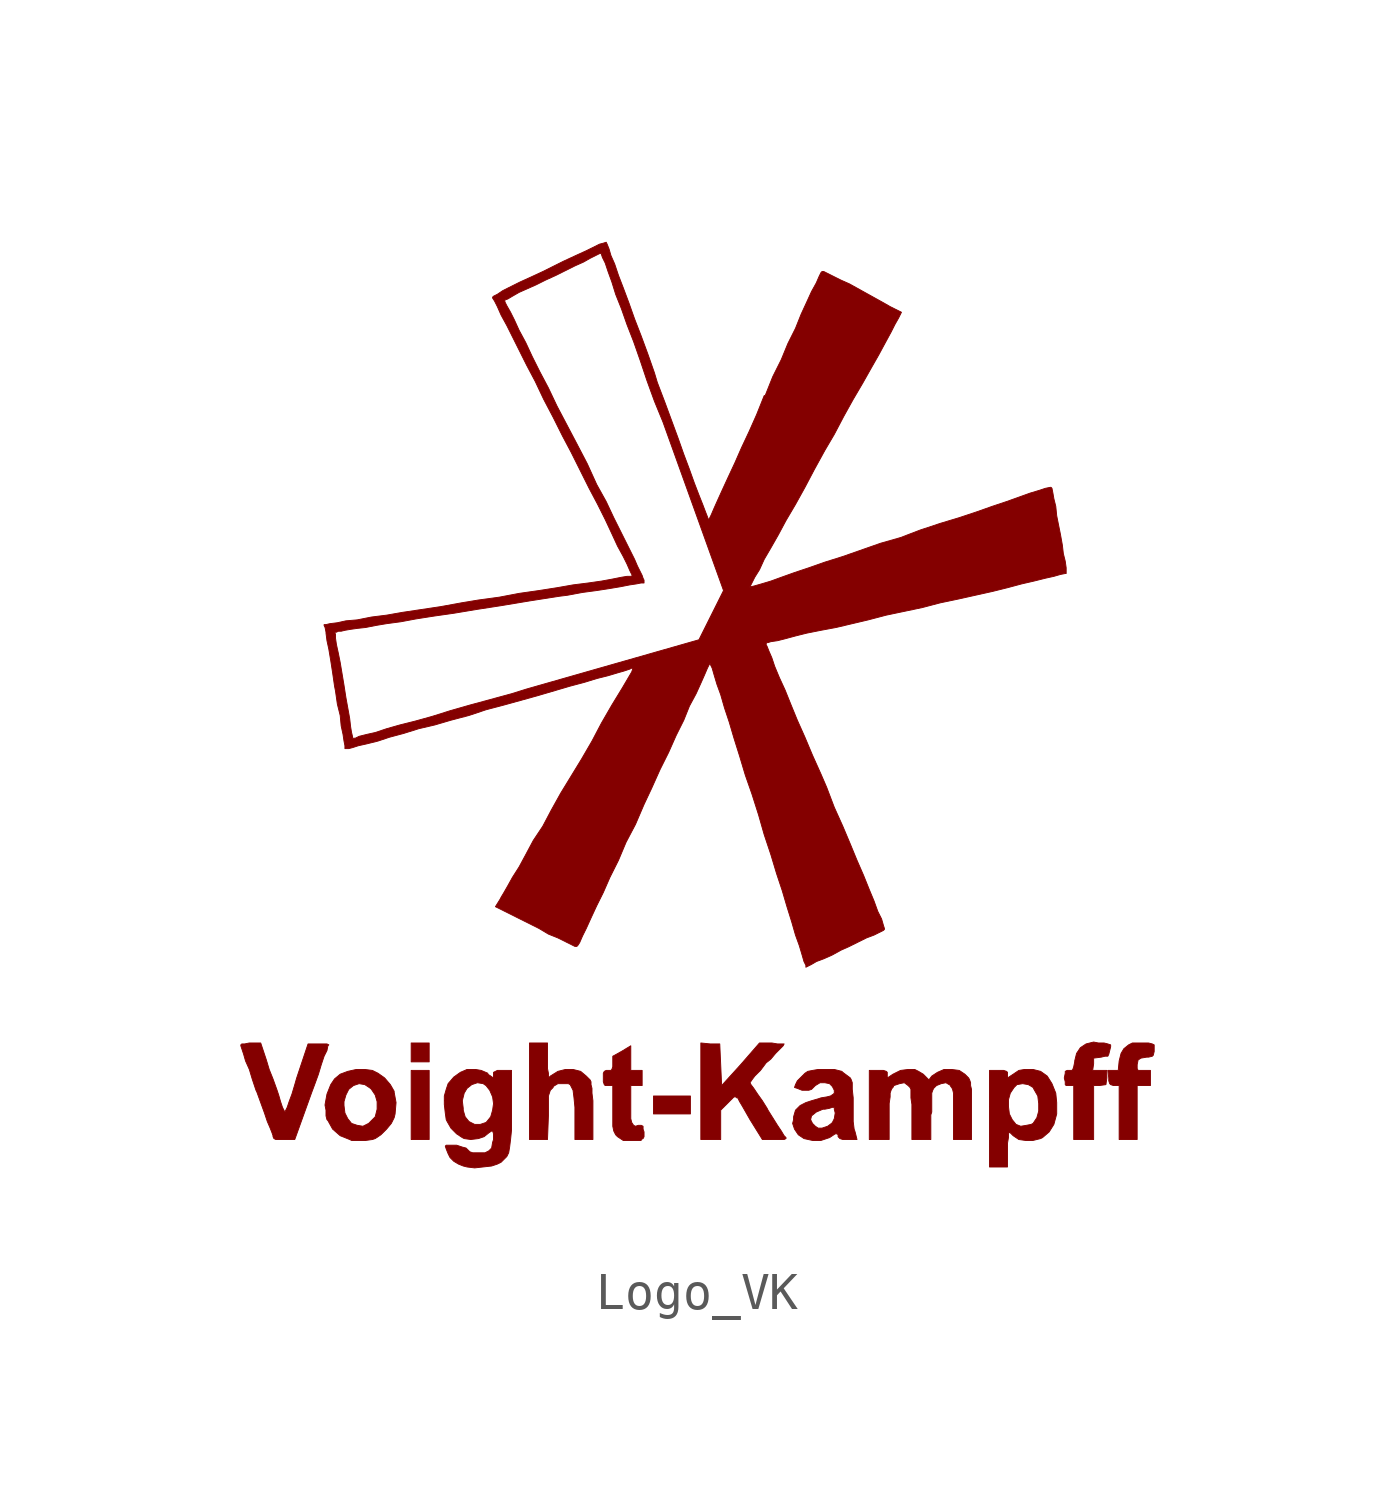
<source format=kicad_sym>
(kicad_symbol_lib
  (version 20201005)
  (generator kicad_symbol_editor)
  (symbol "NB3_charger:Logo_VK"
    (pin_names
      (offset 1.016))
    (property "Reference" "#G"
      (at 0 -13.97 0)
      (effects (font (size 1.27 1.27)) hide))
    (symbol "Logo_VK_0_0"
      (polyline (pts (xy -7.188 -9.83) (xy -7.671 -9.83) (xy -7.671 -11.684) (xy -7.188 -11.684) (xy -7.188 -9.83)) (stroke (width 0.025)) (fill (type outline)))
      (polyline (pts (xy -7.188 -9.093) (xy -7.671 -9.093) (xy -7.671 -9.601) (xy -7.188 -9.601) (xy -7.188 -9.093)) (stroke (width 0.025)) (fill (type outline)))
      (polyline (pts (xy -0.178 -10.516) (xy -1.168 -10.516) (xy -1.168 -10.998) (xy -0.178 -10.998) (xy -0.178 -10.516)) (stroke (width 0.025)) (fill (type outline)))
      (polyline (pts (xy 11.811 -10.236) (xy 12.167 -10.236) (xy 12.167 -9.83) (xy 11.836 -9.83) (xy 11.811 -9.779) (xy 11.811 -9.677) (xy 11.836 -9.55) (xy 11.913 -9.5) (xy 12.065 -9.474) (xy 12.116 -9.474) (xy 12.217 -9.449) (xy 12.243 -9.423) (xy 12.268 -9.322) (xy 12.268 -9.144) (xy 12.217 -9.119) (xy 12.116 -9.093) (xy 11.684 -9.093) (xy 11.582 -9.144) (xy 11.455 -9.246) (xy 11.379 -9.373) (xy 11.328 -9.576) (xy 11.303 -9.83) (xy 11.024 -9.83) (xy 11.049 -10.033) (xy 11.049 -10.109) (xy 11.074 -10.185) (xy 11.1 -10.211) (xy 11.176 -10.236) (xy 11.328 -10.236) (xy 11.328 -11.684) (xy 11.811 -11.684) (xy 11.811 -10.236)) (stroke (width 0.025)) (fill (type outline)))
      (polyline (pts (xy -3.988 -11.049) (xy -3.988 -10.516) (xy -3.937 -10.363) (xy -3.861 -10.287) (xy -3.861 -10.262) (xy -3.734 -10.185) (xy -3.454 -10.185) (xy -3.404 -10.211) (xy -3.327 -10.363) (xy -3.302 -10.566) (xy -3.277 -10.82) (xy -3.277 -11.684) (xy -2.794 -11.684) (xy -2.794 -10.643) (xy -2.819 -10.439) (xy -2.819 -10.312) (xy -2.845 -10.211) (xy -2.845 -10.135) (xy -2.87 -10.084) (xy -2.972 -9.982) (xy -3.124 -9.855) (xy -3.327 -9.804) (xy -3.531 -9.804) (xy -3.734 -9.855) (xy -3.937 -9.982) (xy -3.962 -10.008) (xy -3.988 -10.008) (xy -3.988 -9.906) (xy -4.013 -9.779) (xy -4.013 -9.093) (xy -4.496 -9.093) (xy -4.496 -11.684) (xy -4.013 -11.684) (xy -3.988 -11.049)) (stroke (width 0.025)) (fill (type outline)))
      (polyline (pts (xy -1.499 -11.684) (xy -1.448 -11.659) (xy -1.422 -11.608) (xy -1.422 -11.481) (xy -1.448 -11.405) (xy -1.448 -11.328) (xy -1.499 -11.303) (xy -1.575 -11.303) (xy -1.651 -11.328) (xy -1.702 -11.303) (xy -1.753 -11.227) (xy -1.778 -11.125) (xy -1.778 -10.236) (xy -1.473 -10.236) (xy -1.473 -9.83) (xy -1.778 -9.83) (xy -1.778 -9.169) (xy -2.032 -9.322) (xy -2.261 -9.449) (xy -2.261 -9.728) (xy -2.286 -9.804) (xy -2.311 -9.83) (xy -2.438 -9.83) (xy -2.489 -9.855) (xy -2.515 -9.906) (xy -2.515 -10.135) (xy -2.489 -10.211) (xy -2.464 -10.236) (xy -2.261 -10.236) (xy -2.261 -11.328) (xy -2.235 -11.455) (xy -2.184 -11.557) (xy -2.134 -11.608) (xy -1.981 -11.709) (xy -1.499 -11.709) (xy -1.499 -11.684)) (stroke (width 0.025)) (fill (type outline)))
      (polyline (pts (xy 10.643 -10.236) (xy 10.795 -10.236) (xy 10.973 -10.211) (xy 10.998 -10.033) (xy 10.998 -9.83) (xy 10.617 -9.83) (xy 10.643 -9.652) (xy 10.643 -9.5) (xy 10.846 -9.474) (xy 10.947 -9.449) (xy 11.024 -9.449) (xy 11.049 -9.398) (xy 11.1 -9.195) (xy 11.1 -9.144) (xy 11.024 -9.119) (xy 10.922 -9.093) (xy 10.77 -9.093) (xy 10.643 -9.068) (xy 10.439 -9.119) (xy 10.287 -9.22) (xy 10.185 -9.373) (xy 10.135 -9.576) (xy 10.135 -9.601) (xy 10.109 -9.728) (xy 10.084 -9.804) (xy 10.058 -9.83) (xy 9.931 -9.83) (xy 9.881 -9.855) (xy 9.881 -9.906) (xy 9.855 -10.033) (xy 9.881 -10.135) (xy 9.881 -10.211) (xy 9.906 -10.236) (xy 10.109 -10.236) (xy 10.109 -11.684) (xy 10.643 -11.684) (xy 10.643 -10.236)) (stroke (width 0.025)) (fill (type outline)))
      (polyline (pts (xy 0.635 -10.897) (xy 0.991 -10.541) (xy 1.041 -10.541) (xy 1.067 -10.566) (xy 1.092 -10.566) (xy 1.143 -10.668) (xy 1.219 -10.795) (xy 1.422 -11.151) (xy 1.753 -11.684) (xy 2.337 -11.684) (xy 2.388 -11.659) (xy 2.388 -11.633) (xy 2.337 -11.582) (xy 2.261 -11.455) (xy 2.159 -11.303) (xy 1.905 -10.897) (xy 1.88 -10.846) (xy 1.753 -10.643) (xy 1.626 -10.465) (xy 1.524 -10.312) (xy 1.448 -10.211) (xy 1.422 -10.16) (xy 1.473 -10.084) (xy 1.549 -9.982) (xy 1.702 -9.83) (xy 1.854 -9.627) (xy 1.981 -9.525) (xy 2.108 -9.373) (xy 2.311 -9.169) (xy 2.337 -9.119) (xy 2.159 -9.119) (xy 2.007 -9.093) (xy 1.676 -9.093) (xy 1.168 -9.677) (xy 0.66 -10.236) (xy 0.61 -9.119) (xy 0.356 -9.119) (xy 0.102 -9.093) (xy 0.102 -11.684) (xy 0.635 -11.684) (xy 0.635 -10.897)) (stroke (width 0.025)) (fill (type outline)))
      (polyline (pts (xy -10.338 -10.414) (xy -10.262 -10.211) (xy -10.16 -9.931) (xy -10.084 -9.677) (xy -10.008 -9.449) (xy -9.931 -9.296) (xy -9.906 -9.169) (xy -9.881 -9.144) (xy -9.931 -9.119) (xy -10.439 -9.119) (xy -10.744 -10.033) (xy -10.795 -10.211) (xy -10.871 -10.465) (xy -10.947 -10.668) (xy -10.998 -10.82) (xy -11.049 -10.922) (xy -11.049 -10.947) (xy -11.074 -10.922) (xy -11.125 -10.82) (xy -11.176 -10.668) (xy -11.227 -10.49) (xy -11.278 -10.338) (xy -11.379 -10.058) (xy -11.481 -9.804) (xy -11.557 -9.55) (xy -11.709 -9.093) (xy -12.014 -9.093) (xy -12.141 -9.119) (xy -12.217 -9.119) (xy -12.243 -9.144) (xy -12.243 -9.169) (xy -12.167 -9.398) (xy -12.116 -9.576) (xy -12.014 -9.804) (xy -11.938 -10.058) (xy -11.836 -10.363) (xy -11.811 -10.414) (xy -11.608 -10.973) (xy -11.532 -11.201) (xy -11.455 -11.379) (xy -11.405 -11.506) (xy -11.379 -11.582) (xy -11.379 -11.608) (xy -11.354 -11.659) (xy -11.303 -11.684) (xy -10.795 -11.684) (xy -10.338 -10.414)) (stroke (width 0.025)) (fill (type outline)))
      (polyline (pts (xy 8.331 -11.786) (xy 8.357 -11.633) (xy 8.357 -11.532) (xy 8.382 -11.481) (xy 8.484 -11.582) (xy 8.636 -11.684) (xy 8.814 -11.709) (xy 9.017 -11.709) (xy 9.22 -11.659) (xy 9.271 -11.633) (xy 9.449 -11.481) (xy 9.576 -11.278) (xy 9.652 -10.998) (xy 9.652 -10.693) (xy 9.627 -10.439) (xy 9.525 -10.185) (xy 9.398 -9.982) (xy 9.22 -9.855) (xy 9.017 -9.804) (xy 8.788 -9.804) (xy 8.636 -9.83) (xy 8.331 -10.033) (xy 8.331 -9.881) (xy 8.306 -9.855) (xy 8.23 -9.83) (xy 7.849 -9.83) (xy 7.849 -10.795) (xy 8.357 -10.795) (xy 8.357 -10.617) (xy 8.407 -10.439) (xy 8.509 -10.287) (xy 8.585 -10.211) (xy 8.738 -10.185) (xy 8.89 -10.211) (xy 9.017 -10.287) (xy 9.042 -10.338) (xy 9.144 -10.516) (xy 9.169 -10.719) (xy 9.169 -10.922) (xy 9.119 -11.1) (xy 9.017 -11.252) (xy 8.966 -11.278) (xy 8.839 -11.303) (xy 8.687 -11.328) (xy 8.56 -11.278) (xy 8.458 -11.151) (xy 8.382 -10.998) (xy 8.357 -10.795) (xy 7.849 -10.795) (xy 7.849 -12.421) (xy 8.331 -12.421) (xy 8.331 -11.786)) (stroke (width 0.025)) (fill (type outline)))
      (polyline (pts (xy -8.712 -11.684) (xy -8.636 -11.659) (xy -8.484 -11.557) (xy -8.331 -11.405) (xy -8.204 -11.252) (xy -8.128 -11.1) (xy -8.103 -10.998) (xy -8.077 -10.693) (xy -8.128 -10.414) (xy -8.128 -10.389) (xy -8.23 -10.211) (xy -8.382 -10.033) (xy -8.56 -9.906) (xy -8.712 -9.83) (xy -8.915 -9.804) (xy -9.144 -9.804) (xy -9.373 -9.855) (xy -9.576 -9.931) (xy -9.728 -10.058) (xy -9.83 -10.211) (xy -9.931 -10.465) (xy -9.982 -10.744) (xy -9.982 -10.77) (xy -9.474 -10.77) (xy -9.474 -10.668) (xy -9.423 -10.49) (xy -9.347 -10.338) (xy -9.22 -10.236) (xy -9.068 -10.185) (xy -8.915 -10.211) (xy -8.763 -10.312) (xy -8.738 -10.338) (xy -8.636 -10.49) (xy -8.585 -10.668) (xy -8.585 -10.871) (xy -8.636 -11.074) (xy -8.814 -11.252) (xy -8.966 -11.328) (xy -9.119 -11.303) (xy -9.271 -11.252) (xy -9.373 -11.125) (xy -9.449 -10.973) (xy -9.474 -10.77) (xy -9.982 -10.77) (xy -9.957 -10.897) (xy -9.957 -11.049) (xy -9.931 -11.151) (xy -9.906 -11.176) (xy -9.779 -11.405) (xy -9.576 -11.582) (xy -9.322 -11.684) (xy -9.271 -11.709) (xy -8.89 -11.709) (xy -8.712 -11.684)) (stroke (width 0.025)) (fill (type outline)))
      (polyline (pts (xy 5.156 -10.719) (xy 5.182 -10.541) (xy 5.182 -10.439) (xy 5.207 -10.363) (xy 5.232 -10.312) (xy 5.258 -10.287) (xy 5.283 -10.236) (xy 5.436 -10.185) (xy 5.563 -10.16) (xy 5.664 -10.236) (xy 5.715 -10.287) (xy 5.74 -10.338) (xy 5.74 -10.566) (xy 5.766 -10.744) (xy 5.766 -11.684) (xy 6.274 -11.684) (xy 6.274 -11.024) (xy 6.299 -10.947) (xy 6.299 -10.439) (xy 6.325 -10.363) (xy 6.35 -10.312) (xy 6.426 -10.236) (xy 6.553 -10.185) (xy 6.68 -10.16) (xy 6.807 -10.236) (xy 6.807 -10.262) (xy 6.833 -10.287) (xy 6.858 -10.338) (xy 6.883 -10.439) (xy 6.883 -11.684) (xy 7.366 -11.684) (xy 7.366 -10.338) (xy 7.341 -10.236) (xy 7.341 -10.16) (xy 7.315 -10.084) (xy 7.29 -10.033) (xy 7.188 -9.931) (xy 7.036 -9.83) (xy 6.833 -9.804) (xy 6.629 -9.804) (xy 6.452 -9.881) (xy 6.299 -9.982) (xy 6.223 -10.084) (xy 6.071 -9.931) (xy 5.944 -9.855) (xy 5.842 -9.804) (xy 5.664 -9.804) (xy 5.461 -9.83) (xy 5.258 -9.931) (xy 5.105 -10.033) (xy 5.105 -9.881) (xy 5.08 -9.855) (xy 5.004 -9.83) (xy 4.623 -9.83) (xy 4.623 -11.684) (xy 5.156 -11.684) (xy 5.156 -10.719)) (stroke (width 0.025)) (fill (type outline)))
      (polyline (pts (xy 3.556 -11.633) (xy 3.708 -11.532) (xy 3.759 -11.532) (xy 3.785 -11.557) (xy 3.785 -11.608) (xy 3.835 -11.659) (xy 3.912 -11.684) (xy 4.293 -11.684) (xy 4.242 -11.481) (xy 4.216 -11.405) (xy 4.191 -11.201) (xy 4.191 -10.566) (xy 4.166 -10.338) (xy 4.166 -10.16) (xy 4.14 -10.084) (xy 4.115 -10.033) (xy 3.912 -9.881) (xy 3.886 -9.855) (xy 3.683 -9.804) (xy 3.251 -9.804) (xy 3.099 -9.83) (xy 2.972 -9.855) (xy 2.896 -9.906) (xy 2.692 -10.109) (xy 2.642 -10.211) (xy 2.616 -10.287) (xy 2.692 -10.312) (xy 2.819 -10.363) (xy 2.997 -10.363) (xy 3.073 -10.338) (xy 3.175 -10.236) (xy 3.302 -10.16) (xy 3.429 -10.16) (xy 3.556 -10.185) (xy 3.632 -10.262) (xy 3.683 -10.363) (xy 3.683 -10.439) (xy 3.658 -10.465) (xy 3.581 -10.516) (xy 3.48 -10.541) (xy 3.327 -10.566) (xy 3.251 -10.592) (xy 3.073 -10.643) (xy 2.921 -10.693) (xy 2.769 -10.77) (xy 2.642 -10.897) (xy 2.591 -11.074) (xy 2.591 -11.151) (xy 3.048 -11.151) (xy 3.073 -11.049) (xy 3.2 -10.947) (xy 3.378 -10.871) (xy 3.429 -10.871) (xy 3.556 -10.846) (xy 3.632 -10.82) (xy 3.683 -10.82) (xy 3.683 -10.871) (xy 3.708 -10.973) (xy 3.683 -11.125) (xy 3.632 -11.227) (xy 3.607 -11.252) (xy 3.505 -11.328) (xy 3.353 -11.379) (xy 3.251 -11.379) (xy 3.175 -11.328) (xy 3.099 -11.252) (xy 3.048 -11.151) (xy 2.591 -11.151) (xy 2.565 -11.252) (xy 2.616 -11.405) (xy 2.718 -11.557) (xy 2.87 -11.659) (xy 3.099 -11.709) (xy 3.327 -11.709) (xy 3.556 -11.633)) (stroke (width 0.025)) (fill (type outline)))
      (polyline (pts (xy -5.512 -12.395) (xy -5.359 -12.344) (xy -5.258 -12.294) (xy -5.105 -12.141) (xy -5.055 -12.04) (xy -5.029 -11.887) (xy -5.004 -11.684) (xy -4.978 -11.43) (xy -4.978 -9.83) (xy -5.359 -9.83) (xy -5.461 -9.881) (xy -5.461 -10.033) (xy -5.613 -9.931) (xy -5.613 -9.906) (xy -5.791 -9.83) (xy -5.944 -9.804) (xy -6.172 -9.804) (xy -6.35 -9.881) (xy -6.528 -10.008) (xy -6.68 -10.185) (xy -6.731 -10.338) (xy -6.782 -10.516) (xy -6.782 -10.643) (xy -6.299 -10.643) (xy -6.248 -10.439) (xy -6.172 -10.312) (xy -6.045 -10.211) (xy -5.893 -10.16) (xy -5.74 -10.185) (xy -5.664 -10.236) (xy -5.563 -10.363) (xy -5.486 -10.541) (xy -5.461 -10.719) (xy -5.486 -10.897) (xy -5.537 -11.074) (xy -5.639 -11.201) (xy -5.664 -11.227) (xy -5.817 -11.278) (xy -5.969 -11.278) (xy -6.121 -11.201) (xy -6.223 -11.074) (xy -6.274 -10.897) (xy -6.274 -10.846) (xy -6.299 -10.643) (xy -6.782 -10.643) (xy -6.782 -10.744) (xy -6.756 -10.973) (xy -6.731 -11.151) (xy -6.706 -11.201) (xy -6.604 -11.379) (xy -6.452 -11.532) (xy -6.299 -11.633) (xy -6.248 -11.659) (xy -6.071 -11.684) (xy -5.867 -11.659) (xy -5.715 -11.608) (xy -5.588 -11.506) (xy -5.512 -11.455) (xy -5.486 -11.455) (xy -5.461 -11.532) (xy -5.461 -11.684) (xy -5.486 -11.76) (xy -5.512 -11.913) (xy -5.588 -11.989) (xy -5.69 -12.04) (xy -6.02 -12.04) (xy -6.096 -12.014) (xy -6.198 -11.913) (xy -6.299 -11.887) (xy -6.452 -11.836) (xy -6.731 -11.836) (xy -6.756 -11.862) (xy -6.731 -11.938) (xy -6.68 -12.065) (xy -6.629 -12.167) (xy -6.528 -12.268) (xy -6.401 -12.344) (xy -6.274 -12.395) (xy -6.172 -12.421) (xy -5.969 -12.446) (xy -5.512 -12.395)) (stroke (width 0.025)) (fill (type outline)))
      (polyline (pts (xy 3.073 -6.985) (xy 3.2 -6.909) (xy 3.404 -6.833) (xy 3.632 -6.731) (xy 3.861 -6.604) (xy 4.089 -6.502) (xy 4.547 -6.274) (xy 4.75 -6.198) (xy 5.004 -6.071) (xy 5.029 -6.045) (xy 5.029 -6.02) (xy 5.004 -5.944) (xy 4.953 -5.766) (xy 4.851 -5.563) (xy 4.75 -5.283) (xy 4.623 -4.978) (xy 4.47 -4.597) (xy 4.293 -4.191) (xy 4.115 -3.759) (xy 3.912 -3.277) (xy 3.683 -2.769) (xy 3.48 -2.235) (xy 3.327 -1.88) (xy 3.099 -1.372) (xy 2.896 -0.889) (xy 2.692 -0.432) (xy 2.515 0) (xy 2.362 0.381) (xy 2.21 0.711) (xy 2.083 1.016) (xy 2.007 1.245) (xy 1.93 1.422) (xy 1.88 1.549) (xy 1.854 1.6) (xy 1.854 1.626) (xy 1.88 1.651) (xy 1.905 1.651) (xy 1.981 1.676) (xy 2.159 1.702) (xy 2.362 1.753) (xy 2.642 1.829) (xy 2.946 1.905) (xy 3.327 1.981) (xy 3.734 2.057) (xy 4.597 2.261) (xy 5.08 2.388) (xy 6.045 2.591) (xy 6.528 2.718) (xy 7.01 2.819) (xy 7.925 3.023) (xy 8.331 3.124) (xy 8.712 3.226) (xy 9.042 3.302) (xy 9.347 3.378) (xy 9.576 3.429) (xy 9.754 3.48) (xy 9.881 3.505) (xy 9.906 3.505) (xy 9.906 3.658) (xy 9.881 3.835) (xy 9.83 4.039) (xy 9.804 4.267) (xy 9.754 4.547) (xy 9.652 5.055) (xy 9.627 5.309) (xy 9.576 5.512) (xy 9.55 5.664) (xy 9.525 5.791) (xy 9.5 5.817) (xy 9.474 5.817) (xy 9.347 5.791) (xy 9.195 5.74) (xy 8.941 5.664) (xy 8.661 5.563) (xy 8.306 5.436) (xy 7.925 5.309) (xy 7.493 5.156) (xy 7.036 5.004) (xy 6.528 4.851) (xy 5.994 4.674) (xy 5.461 4.47) (xy 4.928 4.318) (xy 3.912 3.962) (xy 3.429 3.81) (xy 2.997 3.658) (xy 2.616 3.531) (xy 2.261 3.404) (xy 1.981 3.302) (xy 1.727 3.226) (xy 1.549 3.175) (xy 1.448 3.15) (xy 1.397 3.124) (xy 1.422 3.15) (xy 1.549 3.404) (xy 1.676 3.607) (xy 1.803 3.886) (xy 1.981 4.191) (xy 2.184 4.547) (xy 2.388 4.928) (xy 2.642 5.359) (xy 2.896 5.817) (xy 3.15 6.299) (xy 3.429 6.807) (xy 3.683 7.239) (xy 3.937 7.722) (xy 4.191 8.179) (xy 4.445 8.611) (xy 4.674 9.017) (xy 4.877 9.373) (xy 5.055 9.703) (xy 5.207 9.982) (xy 5.309 10.185) (xy 5.41 10.363) (xy 5.486 10.516) (xy 5.182 10.668) (xy 5.004 10.77) (xy 4.089 11.278) (xy 3.861 11.379) (xy 3.404 11.608) (xy 3.353 11.608) (xy 3.327 11.582) (xy 3.277 11.481) (xy 3.2 11.303) (xy 3.073 11.074) (xy 2.946 10.795) (xy 2.794 10.465) (xy 2.642 10.084) (xy 2.438 9.677) (xy 2.261 9.246) (xy 2.032 8.788) (xy 1.829 8.28) (xy 1.803 8.28) (xy 1.6 7.772) (xy 1.397 7.315) (xy 1.194 6.883) (xy 1.016 6.477) (xy 0.838 6.096) (xy 0.686 5.766) (xy 0.559 5.486) (xy 0.457 5.258) (xy 0.381 5.08) (xy 0.33 4.978) (xy 0.305 4.953) (xy 0.279 5.029) (xy 0.229 5.156) (xy 0.152 5.359) (xy 0.051 5.613) (xy -0.076 5.944) (xy -0.203 6.299) (xy -0.356 6.706) (xy -0.508 7.137) (xy -0.864 8.103) (xy -1.067 8.636) (xy -1.143 8.89) (xy -1.321 9.398) (xy -1.499 9.881) (xy -1.676 10.338) (xy -1.829 10.77) (xy -1.981 11.176) (xy -2.108 11.506) (xy -2.21 11.811) (xy -2.311 12.04) (xy -2.362 12.217) (xy -2.413 12.344) (xy -2.438 12.395) (xy -2.515 12.37) (xy -2.616 12.344) (xy -2.972 12.167) (xy -3.251 12.04) (xy -3.581 11.887) (xy -4.14 11.608) (xy -4.47 11.455) (xy -4.75 11.328) (xy -5.207 11.1) (xy -5.359 10.998) (xy -5.461 10.947) (xy -5.486 10.922) (xy -5.486 10.897) (xy -5.436 10.82) (xy -5.359 10.668) (xy -5.258 10.439) (xy -5.105 10.16) (xy -4.572 9.093) (xy -4.343 8.661) (xy -4.115 8.179) (xy -3.861 7.696) (xy -3.607 7.188) (xy -3.378 6.756) (xy -2.896 5.791) (xy -2.667 5.359) (xy -2.464 4.953) (xy -2.286 4.572) (xy -2.134 4.242) (xy -1.981 3.962) (xy -1.88 3.759) (xy -1.803 3.581) (xy -1.753 3.48) (xy -1.727 3.454) (xy -1.778 3.429) (xy -1.88 3.429) (xy -2.032 3.404) (xy -2.286 3.353) (xy -2.565 3.302) (xy -2.921 3.251) (xy -3.327 3.2) (xy -3.759 3.124) (xy -4.242 3.048) (xy -4.775 2.972) (xy -5.309 2.87) (xy -5.867 2.794) (xy -6.325 2.718) (xy -6.883 2.616) (xy -7.899 2.464) (xy -8.331 2.388) (xy -8.738 2.337) (xy -9.119 2.261) (xy -9.423 2.235) (xy -9.652 2.184) (xy -9.855 2.159) (xy -9.957 2.134) (xy -10.008 2.134) (xy -10.008 2.108) (xy -9.982 2.057) (xy -9.957 1.93) (xy -9.728 1.93) (xy -9.677 1.93) (xy -9.627 1.956) (xy -9.55 1.956) (xy -9.449 1.981) (xy -9.296 2.007) (xy -9.119 2.032) (xy -8.89 2.057) (xy -8.636 2.108) (xy -8.331 2.159) (xy -7.95 2.21) (xy -7.544 2.286) (xy -7.061 2.362) (xy -6.528 2.438) (xy -5.918 2.54) (xy -5.258 2.642) (xy -4.496 2.769) (xy -3.683 2.896) (xy -3.48 2.921) (xy -3.073 2.997) (xy -2.692 3.048) (xy -2.362 3.099) (xy -2.057 3.15) (xy -1.803 3.2) (xy -1.626 3.226) (xy -1.499 3.251) (xy -1.422 3.251) (xy -1.422 3.327) (xy -1.448 3.378) (xy -1.473 3.454) (xy -1.6 3.708) (xy -1.676 3.886) (xy -2.235 5.004) (xy -2.438 5.436) (xy -2.692 5.893) (xy -2.946 6.452) (xy -3.251 7.036) (xy -3.759 8.001) (xy -3.988 8.484) (xy -4.216 8.915) (xy -4.42 9.322) (xy -4.597 9.703) (xy -4.775 10.033) (xy -4.902 10.312) (xy -5.004 10.516) (xy -5.105 10.693) (xy -5.156 10.795) (xy -5.156 10.846) (xy -5.08 10.871) (xy -4.953 10.947) (xy -4.775 11.049) (xy -4.318 11.252) (xy -4.064 11.379) (xy -3.785 11.506) (xy -3.277 11.76) (xy -3.048 11.862) (xy -2.87 11.963) (xy -2.616 12.09) (xy -2.565 12.09) (xy -2.565 12.065) (xy -2.54 11.989) (xy -2.464 11.836) (xy -2.388 11.608) (xy -2.286 11.328) (xy -2.184 10.998) (xy -2.032 10.617) (xy -1.88 10.185) (xy -1.702 9.728) (xy -1.524 9.22) (xy -1.346 8.687) (xy -1.143 8.128) (xy -0.914 7.569) (xy 0.711 3.048) (xy 0.051 1.727) (xy -4.572 0.406) (xy -4.978 0.279) (xy -6.096 -0.025) (xy -6.629 -0.178) (xy -7.112 -0.33) (xy -7.569 -0.457) (xy -7.976 -0.559) (xy -8.331 -0.66) (xy -8.636 -0.762) (xy -8.865 -0.813) (xy -9.068 -0.864) (xy -9.169 -0.914) (xy -9.246 -0.914) (xy -9.246 -0.864) (xy -9.271 -0.762) (xy -9.296 -0.61) (xy -9.322 -0.381) (xy -9.423 0.178) (xy -9.474 0.508) (xy -9.576 1.118) (xy -9.627 1.372) (xy -9.677 1.6) (xy -9.703 1.778) (xy -9.703 1.88) (xy -9.728 1.93) (xy -9.957 1.93) (xy -9.957 1.905) (xy -9.931 1.702) (xy -9.881 1.473) (xy -9.83 1.168) (xy -9.779 0.838) (xy -9.728 0.483) (xy -9.703 0.356) (xy -9.652 0) (xy -9.576 -0.305) (xy -9.55 -0.584) (xy -9.5 -0.813) (xy -9.474 -0.991) (xy -9.449 -1.118) (xy -9.449 -1.194) (xy -9.347 -1.194) (xy -9.246 -1.168) (xy -9.093 -1.118) (xy -8.865 -1.067) (xy -8.56 -0.991) (xy -8.255 -0.889) (xy -7.874 -0.787) (xy -7.468 -0.66) (xy -7.036 -0.559) (xy -6.604 -0.432) (xy -6.121 -0.305) (xy -5.664 -0.152) (xy -5.182 -0.025) (xy -4.267 0.229) (xy -3.404 0.483) (xy -3.023 0.584) (xy -2.692 0.686) (xy -2.388 0.762) (xy -2.134 0.838) (xy -1.956 0.889) (xy -1.803 0.94) (xy -1.753 0.965) (xy -1.727 0.965) (xy -1.727 0.94) (xy -1.753 0.864) (xy -2.007 0.432) (xy -2.286 -0.025) (xy -2.565 -0.508) (xy -2.819 -0.991) (xy -3.099 -1.473) (xy -3.658 -2.388) (xy -3.912 -2.845) (xy -4.14 -3.277) (xy -4.394 -3.658) (xy -4.597 -4.039) (xy -4.775 -4.369) (xy -4.953 -4.648) (xy -5.08 -4.877) (xy -5.182 -5.055) (xy -5.258 -5.182) (xy -5.283 -5.232) (xy -5.41 -5.436) (xy -4.242 -6.02) (xy -3.988 -6.172) (xy -3.734 -6.274) (xy -3.277 -6.502) (xy -3.226 -6.502) (xy -3.2 -6.477) (xy -3.15 -6.401) (xy -3.073 -6.223) (xy -2.972 -6.02) (xy -2.845 -5.74) (xy -2.692 -5.41) (xy -2.515 -5.055) (xy -2.337 -4.648) (xy -2.108 -4.191) (xy -1.905 -3.708) (xy -1.651 -3.226) (xy -1.422 -2.692) (xy -1.219 -2.261) (xy -0.991 -1.753) (xy -0.762 -1.295) (xy -0.559 -0.838) (xy -0.356 -0.432) (xy -0.203 -0.051) (xy -0.025 0.279) (xy 0.102 0.559) (xy 0.203 0.787) (xy 0.279 0.965) (xy 0.33 1.067) (xy 0.356 1.092) (xy 0.356 1.067) (xy 0.406 0.965) (xy 0.457 0.787) (xy 0.533 0.533) (xy 0.635 0.254) (xy 0.737 -0.102) (xy 0.864 -0.483) (xy 0.991 -0.914) (xy 1.143 -1.397) (xy 1.295 -1.905) (xy 1.473 -2.413) (xy 1.651 -2.972) (xy 1.803 -3.505) (xy 1.981 -4.039) (xy 2.134 -4.547) (xy 2.286 -5.004) (xy 2.413 -5.436) (xy 2.54 -5.842) (xy 2.642 -6.198) (xy 2.743 -6.477) (xy 2.819 -6.731) (xy 2.87 -6.909) (xy 2.921 -7.01) (xy 2.921 -7.061) (xy 3.073 -6.985)) (stroke (width 0.025)) (fill (type outline))))))
</source>
